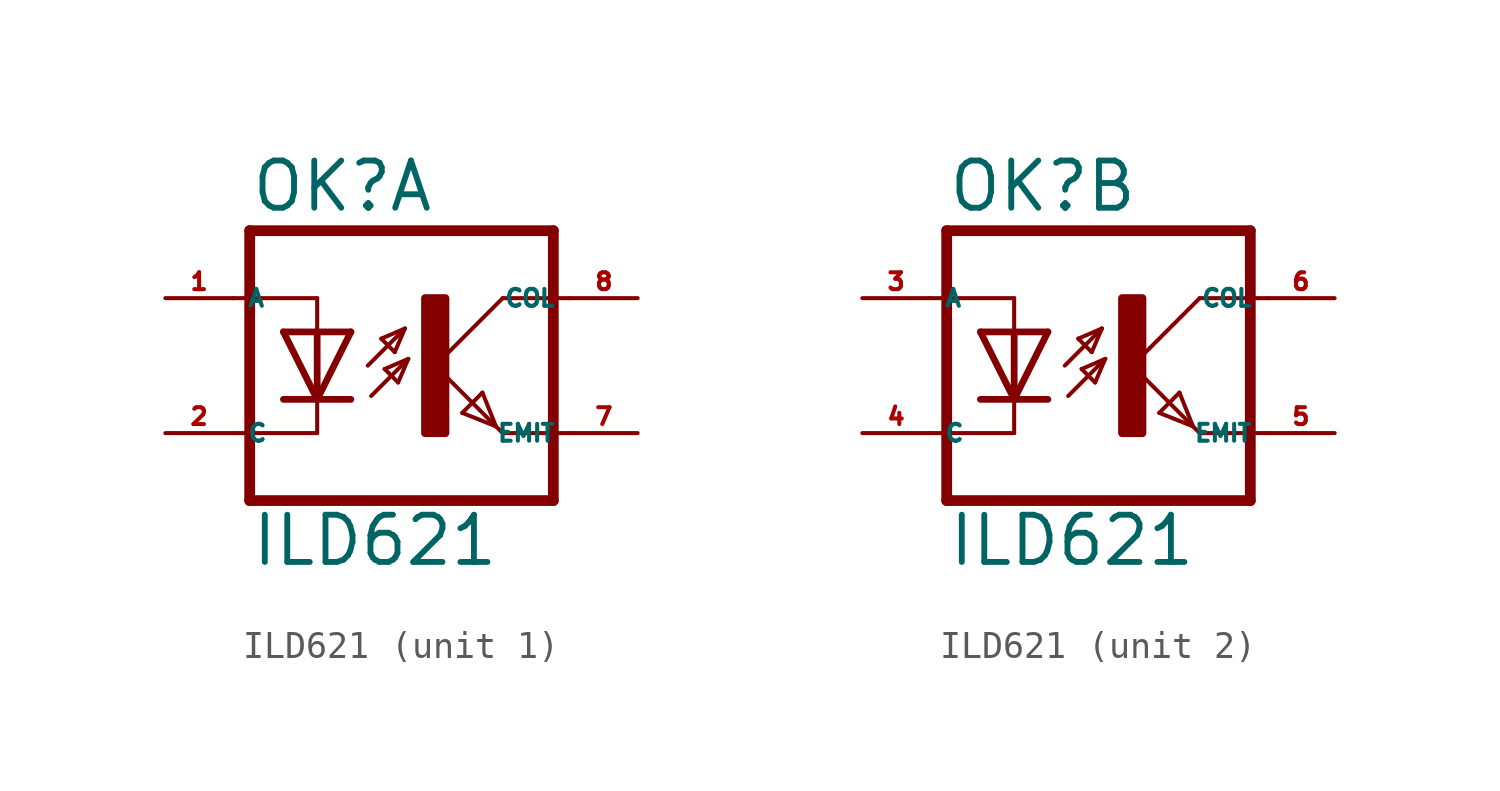
<source format=kicad_sym>
(kicad_symbol_lib
  (version 20220914)
  (generator kicad_symbol_editor)
  (symbol "ILD621"
    (property "Reference" "OK"
      (at -6.985 5.715 0)
      (effects (font (size 1.778 1.778) (thickness 0.22)) (justify left bottom)))
    (property "Value" "ILD621"
      (at -6.985 -7.62 0)
      (effects (font (size 1.778 1.778) (thickness 0.22)) (justify left bottom)))
    (symbol "ILD621_1_0"
      (rectangle (start -0.381 -2.54) (end 0.381 2.54) (stroke (width 0.3) (type default)) (fill (type outline)))
      (polyline (pts (xy -6.985 -5.08) (xy 4.445 -5.08)) (stroke (width 0.406) (type default)) (fill (type none)))
      (polyline (pts (xy -6.985 5.08) (xy -6.985 -5.08)) (stroke (width 0.406) (type default)) (fill (type none)))
      (polyline (pts (xy -6.985 5.08) (xy 4.445 5.08)) (stroke (width 0.406) (type default)) (fill (type none)))
      (polyline (pts (xy -4.445 -2.54) (xy -7.62 -2.54)) (stroke (width 0.152) (type default)) (fill (type none)))
      (polyline (pts (xy -4.445 -1.27) (xy -5.715 -1.27)) (stroke (width 0.254) (type default)) (fill (type none)))
      (polyline (pts (xy -4.445 -1.27) (xy -5.715 1.27)) (stroke (width 0.254) (type default)) (fill (type none)))
      (polyline (pts (xy -4.445 -1.27) (xy -4.445 -2.54)) (stroke (width 0.152) (type default)) (fill (type none)))
      (polyline (pts (xy -4.445 1.27) (xy -5.715 1.27)) (stroke (width 0.254) (type default)) (fill (type none)))
      (polyline (pts (xy -4.445 1.27) (xy -4.445 -1.27)) (stroke (width 0.254) (type default)) (fill (type none)))
      (polyline (pts (xy -4.445 2.54) (xy -7.62 2.54)) (stroke (width 0.152) (type default)) (fill (type none)))
      (polyline (pts (xy -4.445 2.54) (xy -4.445 1.27)) (stroke (width 0.152) (type default)) (fill (type none)))
      (polyline (pts (xy -3.175 -1.27) (xy -4.445 -1.27)) (stroke (width 0.254) (type default)) (fill (type none)))
      (polyline (pts (xy -3.175 1.27) (xy -4.445 -1.27)) (stroke (width 0.254) (type default)) (fill (type none)))
      (polyline (pts (xy -3.175 1.27) (xy -4.445 1.27)) (stroke (width 0.254) (type default)) (fill (type none)))
      (polyline (pts (xy -2.54 0) (xy -1.143 1.397)) (stroke (width 0.152) (type default)) (fill (type none)))
      (polyline (pts (xy -2.413 -1.143) (xy -1.016 0.254)) (stroke (width 0.152) (type default)) (fill (type none)))
      (polyline (pts (xy -2.032 1.016) (xy -1.524 0.508)) (stroke (width 0.152) (type default)) (fill (type none)))
      (polyline (pts (xy -1.905 -0.127) (xy -1.397 -0.635)) (stroke (width 0.152) (type default)) (fill (type none)))
      (polyline (pts (xy -1.524 0.508) (xy -1.143 1.397)) (stroke (width 0.152) (type default)) (fill (type none)))
      (polyline (pts (xy -1.397 -0.635) (xy -1.016 0.254)) (stroke (width 0.152) (type default)) (fill (type none)))
      (polyline (pts (xy -1.143 1.397) (xy -2.032 1.016)) (stroke (width 0.152) (type default)) (fill (type none)))
      (polyline (pts (xy -1.016 0.254) (xy -1.905 -0.127)) (stroke (width 0.152) (type default)) (fill (type none)))
      (polyline (pts (xy 0 0) (xy 2.286 -2.286)) (stroke (width 0.152) (type default)) (fill (type none)))
      (polyline (pts (xy 1.016 -1.778) (xy 1.778 -1.016)) (stroke (width 0.152) (type default)) (fill (type none)))
      (polyline (pts (xy 1.778 -1.016) (xy 2.286 -2.286)) (stroke (width 0.152) (type default)) (fill (type none)))
      (polyline (pts (xy 2.286 -2.286) (xy 1.016 -1.778)) (stroke (width 0.152) (type default)) (fill (type none)))
      (polyline (pts (xy 2.286 -2.286) (xy 2.54 -2.54)) (stroke (width 0.152) (type default)) (fill (type none)))
      (polyline (pts (xy 2.54 -2.54) (xy 5.08 -2.54)) (stroke (width 0.152) (type default)) (fill (type none)))
      (polyline (pts (xy 2.54 2.54) (xy 0 0)) (stroke (width 0.152) (type default)) (fill (type none)))
      (polyline (pts (xy 2.54 2.54) (xy 5.08 2.54)) (stroke (width 0.152) (type default)) (fill (type none)))
      (polyline (pts (xy 4.445 5.08) (xy 4.445 -5.08)) (stroke (width 0.406) (type default)) (fill (type none)))
      (pin passive line (at -10.16 2.54 0) (length 2.54) (name "A" (effects (font (size 0.635 0.635)))) (number "1" (effects (font (size 0.635 0.635)))))
      (pin passive line (at -10.16 -2.54 0) (length 2.54) (name "C" (effects (font (size 0.635 0.635)))) (number "2" (effects (font (size 0.635 0.635)))))
      (pin passive line (at 7.62 -2.54 180) (length 2.54) (name "EMIT" (effects (font (size 0.635 0.635)))) (number "7" (effects (font (size 0.635 0.635)))))
      (pin passive line (at 7.62 2.54 180) (length 2.54) (name "COL" (effects (font (size 0.635 0.635)))) (number "8" (effects (font (size 0.635 0.635))))))
    (symbol "ILD621_2_0"
      (rectangle (start -0.381 -2.54) (end 0.381 2.54) (stroke (width 0.3) (type default)) (fill (type outline)))
      (polyline (pts (xy -6.985 -5.08) (xy 4.445 -5.08)) (stroke (width 0.406) (type default)) (fill (type none)))
      (polyline (pts (xy -6.985 5.08) (xy -6.985 -5.08)) (stroke (width 0.406) (type default)) (fill (type none)))
      (polyline (pts (xy -6.985 5.08) (xy 4.445 5.08)) (stroke (width 0.406) (type default)) (fill (type none)))
      (polyline (pts (xy -4.445 -2.54) (xy -7.62 -2.54)) (stroke (width 0.152) (type default)) (fill (type none)))
      (polyline (pts (xy -4.445 -1.27) (xy -5.715 -1.27)) (stroke (width 0.254) (type default)) (fill (type none)))
      (polyline (pts (xy -4.445 -1.27) (xy -5.715 1.27)) (stroke (width 0.254) (type default)) (fill (type none)))
      (polyline (pts (xy -4.445 -1.27) (xy -4.445 -2.54)) (stroke (width 0.152) (type default)) (fill (type none)))
      (polyline (pts (xy -4.445 1.27) (xy -5.715 1.27)) (stroke (width 0.254) (type default)) (fill (type none)))
      (polyline (pts (xy -4.445 1.27) (xy -4.445 -1.27)) (stroke (width 0.254) (type default)) (fill (type none)))
      (polyline (pts (xy -4.445 2.54) (xy -7.62 2.54)) (stroke (width 0.152) (type default)) (fill (type none)))
      (polyline (pts (xy -4.445 2.54) (xy -4.445 1.27)) (stroke (width 0.152) (type default)) (fill (type none)))
      (polyline (pts (xy -3.175 -1.27) (xy -4.445 -1.27)) (stroke (width 0.254) (type default)) (fill (type none)))
      (polyline (pts (xy -3.175 1.27) (xy -4.445 -1.27)) (stroke (width 0.254) (type default)) (fill (type none)))
      (polyline (pts (xy -3.175 1.27) (xy -4.445 1.27)) (stroke (width 0.254) (type default)) (fill (type none)))
      (polyline (pts (xy -2.54 0) (xy -1.143 1.397)) (stroke (width 0.152) (type default)) (fill (type none)))
      (polyline (pts (xy -2.413 -1.143) (xy -1.016 0.254)) (stroke (width 0.152) (type default)) (fill (type none)))
      (polyline (pts (xy -2.032 1.016) (xy -1.524 0.508)) (stroke (width 0.152) (type default)) (fill (type none)))
      (polyline (pts (xy -1.905 -0.127) (xy -1.397 -0.635)) (stroke (width 0.152) (type default)) (fill (type none)))
      (polyline (pts (xy -1.524 0.508) (xy -1.143 1.397)) (stroke (width 0.152) (type default)) (fill (type none)))
      (polyline (pts (xy -1.397 -0.635) (xy -1.016 0.254)) (stroke (width 0.152) (type default)) (fill (type none)))
      (polyline (pts (xy -1.143 1.397) (xy -2.032 1.016)) (stroke (width 0.152) (type default)) (fill (type none)))
      (polyline (pts (xy -1.016 0.254) (xy -1.905 -0.127)) (stroke (width 0.152) (type default)) (fill (type none)))
      (polyline (pts (xy 0 0) (xy 2.286 -2.286)) (stroke (width 0.152) (type default)) (fill (type none)))
      (polyline (pts (xy 1.016 -1.778) (xy 1.778 -1.016)) (stroke (width 0.152) (type default)) (fill (type none)))
      (polyline (pts (xy 1.778 -1.016) (xy 2.286 -2.286)) (stroke (width 0.152) (type default)) (fill (type none)))
      (polyline (pts (xy 2.286 -2.286) (xy 1.016 -1.778)) (stroke (width 0.152) (type default)) (fill (type none)))
      (polyline (pts (xy 2.286 -2.286) (xy 2.54 -2.54)) (stroke (width 0.152) (type default)) (fill (type none)))
      (polyline (pts (xy 2.54 -2.54) (xy 5.08 -2.54)) (stroke (width 0.152) (type default)) (fill (type none)))
      (polyline (pts (xy 2.54 2.54) (xy 0 0)) (stroke (width 0.152) (type default)) (fill (type none)))
      (polyline (pts (xy 2.54 2.54) (xy 5.08 2.54)) (stroke (width 0.152) (type default)) (fill (type none)))
      (polyline (pts (xy 4.445 5.08) (xy 4.445 -5.08)) (stroke (width 0.406) (type default)) (fill (type none)))
      (pin passive line (at -10.16 2.54 0) (length 2.54) (name "A" (effects (font (size 0.635 0.635)))) (number "3" (effects (font (size 0.635 0.635)))))
      (pin passive line (at -10.16 -2.54 0) (length 2.54) (name "C" (effects (font (size 0.635 0.635)))) (number "4" (effects (font (size 0.635 0.635)))))
      (pin passive line (at 7.62 -2.54 180) (length 2.54) (name "EMIT" (effects (font (size 0.635 0.635)))) (number "5" (effects (font (size 0.635 0.635)))))
      (pin passive line (at 7.62 2.54 180) (length 2.54) (name "COL" (effects (font (size 0.635 0.635)))) (number "6" (effects (font (size 0.635 0.635))))))))
</source>
